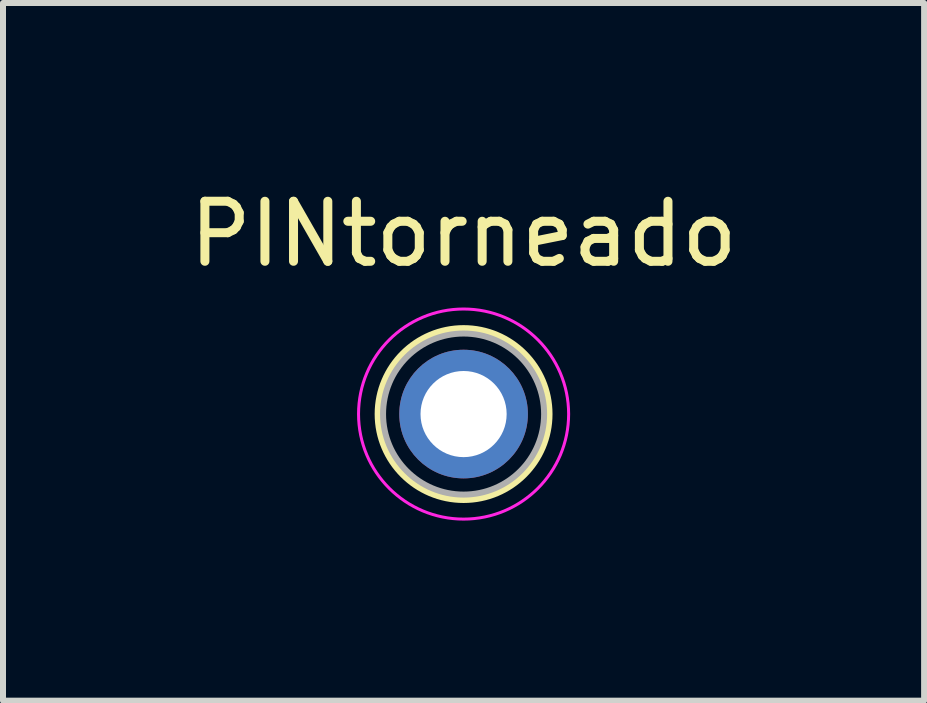
<source format=kicad_pcb>
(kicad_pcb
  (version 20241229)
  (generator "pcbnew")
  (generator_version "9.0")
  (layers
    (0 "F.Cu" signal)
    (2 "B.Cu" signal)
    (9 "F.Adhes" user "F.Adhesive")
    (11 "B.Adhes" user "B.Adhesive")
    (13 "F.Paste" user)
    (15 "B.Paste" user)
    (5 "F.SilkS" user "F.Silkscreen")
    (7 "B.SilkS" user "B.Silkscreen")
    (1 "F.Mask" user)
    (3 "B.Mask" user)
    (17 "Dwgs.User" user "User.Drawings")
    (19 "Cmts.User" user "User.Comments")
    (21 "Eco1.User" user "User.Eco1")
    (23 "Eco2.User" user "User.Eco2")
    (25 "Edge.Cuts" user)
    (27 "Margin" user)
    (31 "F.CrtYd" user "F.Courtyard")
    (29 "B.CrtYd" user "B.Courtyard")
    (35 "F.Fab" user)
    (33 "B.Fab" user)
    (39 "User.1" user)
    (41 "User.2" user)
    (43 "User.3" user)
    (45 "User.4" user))
  (footprint "PINtorneado"
    (layer "F.Cu")
    (at 4.673 3.848)
    (property "Reference" "PINtorneado" (at 0 -3 0) (layer "F.SilkS") (effects (font (size 1 1) (thickness 0.15))))
    (attr through_hole)
    (fp_circle (center 0 0) (end -1.2 -0.762) (stroke (width 0.12) (type solid)) (fill no) (layer "F.SilkS"))
    (fp_circle (center 0 0) (end 1.75 0) (stroke (width 0.05) (type solid)) (fill no) (layer "F.CrtYd"))
    (fp_circle (center 0 0) (end 1.2 0.6) (stroke (width 0.1) (type solid)) (fill no) (layer "F.Fab"))
    (pad "1" thru_hole circle (at 0 0) (size 2.143 2.143) (drill 1.435) (layers "*.Cu" "*.Mask")))
  (gr_rect
    (start -3 -3)
    (end 12.345 8.623)
    (stroke (width 0.1) (type default))
    (fill no)
    (layer "Edge.Cuts")))
</source>
